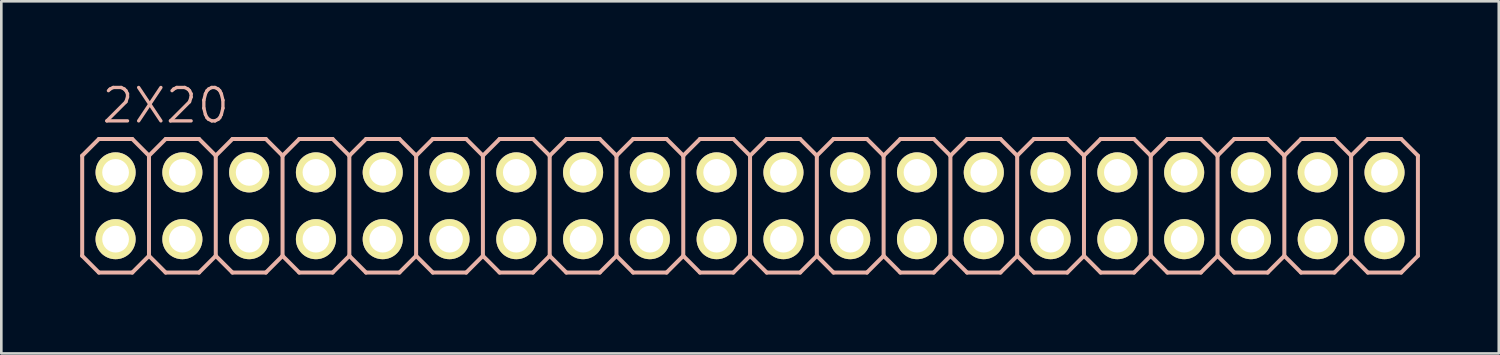
<source format=kicad_pcb>
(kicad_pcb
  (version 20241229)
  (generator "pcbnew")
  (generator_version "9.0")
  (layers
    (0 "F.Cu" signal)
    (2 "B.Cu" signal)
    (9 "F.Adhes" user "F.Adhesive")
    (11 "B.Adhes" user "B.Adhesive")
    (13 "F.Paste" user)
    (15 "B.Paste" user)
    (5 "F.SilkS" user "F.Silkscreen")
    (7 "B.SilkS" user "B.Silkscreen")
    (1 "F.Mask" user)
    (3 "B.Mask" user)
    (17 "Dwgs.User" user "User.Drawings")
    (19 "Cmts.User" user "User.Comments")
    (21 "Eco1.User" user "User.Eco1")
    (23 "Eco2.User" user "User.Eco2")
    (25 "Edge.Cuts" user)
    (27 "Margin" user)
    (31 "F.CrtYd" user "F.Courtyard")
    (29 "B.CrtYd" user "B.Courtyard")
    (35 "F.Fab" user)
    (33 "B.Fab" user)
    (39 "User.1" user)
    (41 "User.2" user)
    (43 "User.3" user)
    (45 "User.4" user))
  (footprint "2X20"
    (layer "F.Cu")
    (at 25.476 4.776)
    (property "Reference" "2X20" (at -22.225 -3.81 0) (layer "B.SilkS") (effects (font (size 1.27 1.27) (thickness 0.127))))
    (attr exclude_from_pos_files exclude_from_bom)
    (fp_line (start -24.384 -1.524) (end -23.876 -1.524) (stroke (width 0.066) (type solid)) (layer "F.SilkS"))
    (fp_line (start -24.384 -1.016) (end -24.384 -1.524) (stroke (width 0.066) (type solid)) (layer "F.SilkS"))
    (fp_line (start -24.384 -1.016) (end -23.876 -1.016) (stroke (width 0.066) (type solid)) (layer "F.SilkS"))
    (fp_line (start -24.384 1.016) (end -23.876 1.016) (stroke (width 0.066) (type solid)) (layer "F.SilkS"))
    (fp_line (start -24.384 1.524) (end -24.384 1.016) (stroke (width 0.066) (type solid)) (layer "F.SilkS"))
    (fp_line (start -24.384 1.524) (end -23.876 1.524) (stroke (width 0.066) (type solid)) (layer "F.SilkS"))
    (fp_line (start -23.876 -1.016) (end -23.876 -1.524) (stroke (width 0.066) (type solid)) (layer "F.SilkS"))
    (fp_line (start -23.876 1.524) (end -23.876 1.016) (stroke (width 0.066) (type solid)) (layer "F.SilkS"))
    (fp_line (start -21.844 -1.524) (end -21.336 -1.524) (stroke (width 0.066) (type solid)) (layer "F.SilkS"))
    (fp_line (start -21.844 -1.016) (end -21.844 -1.524) (stroke (width 0.066) (type solid)) (layer "F.SilkS"))
    (fp_line (start -21.844 -1.016) (end -21.336 -1.016) (stroke (width 0.066) (type solid)) (layer "F.SilkS"))
    (fp_line (start -21.844 1.016) (end -21.336 1.016) (stroke (width 0.066) (type solid)) (layer "F.SilkS"))
    (fp_line (start -21.844 1.524) (end -21.844 1.016) (stroke (width 0.066) (type solid)) (layer "F.SilkS"))
    (fp_line (start -21.844 1.524) (end -21.336 1.524) (stroke (width 0.066) (type solid)) (layer "F.SilkS"))
    (fp_line (start -21.336 -1.016) (end -21.336 -1.524) (stroke (width 0.066) (type solid)) (layer "F.SilkS"))
    (fp_line (start -21.336 1.524) (end -21.336 1.016) (stroke (width 0.066) (type solid)) (layer "F.SilkS"))
    (fp_line (start -19.304 -1.524) (end -18.796 -1.524) (stroke (width 0.066) (type solid)) (layer "F.SilkS"))
    (fp_line (start -19.304 -1.016) (end -19.304 -1.524) (stroke (width 0.066) (type solid)) (layer "F.SilkS"))
    (fp_line (start -19.304 -1.016) (end -18.796 -1.016) (stroke (width 0.066) (type solid)) (layer "F.SilkS"))
    (fp_line (start -19.304 1.016) (end -18.796 1.016) (stroke (width 0.066) (type solid)) (layer "F.SilkS"))
    (fp_line (start -19.304 1.524) (end -19.304 1.016) (stroke (width 0.066) (type solid)) (layer "F.SilkS"))
    (fp_line (start -19.304 1.524) (end -18.796 1.524) (stroke (width 0.066) (type solid)) (layer "F.SilkS"))
    (fp_line (start -18.796 -1.016) (end -18.796 -1.524) (stroke (width 0.066) (type solid)) (layer "F.SilkS"))
    (fp_line (start -18.796 1.524) (end -18.796 1.016) (stroke (width 0.066) (type solid)) (layer "F.SilkS"))
    (fp_line (start -16.764 -1.524) (end -16.256 -1.524) (stroke (width 0.066) (type solid)) (layer "F.SilkS"))
    (fp_line (start -16.764 -1.016) (end -16.764 -1.524) (stroke (width 0.066) (type solid)) (layer "F.SilkS"))
    (fp_line (start -16.764 -1.016) (end -16.256 -1.016) (stroke (width 0.066) (type solid)) (layer "F.SilkS"))
    (fp_line (start -16.764 1.016) (end -16.256 1.016) (stroke (width 0.066) (type solid)) (layer "F.SilkS"))
    (fp_line (start -16.764 1.524) (end -16.764 1.016) (stroke (width 0.066) (type solid)) (layer "F.SilkS"))
    (fp_line (start -16.764 1.524) (end -16.256 1.524) (stroke (width 0.066) (type solid)) (layer "F.SilkS"))
    (fp_line (start -16.256 -1.016) (end -16.256 -1.524) (stroke (width 0.066) (type solid)) (layer "F.SilkS"))
    (fp_line (start -16.256 1.524) (end -16.256 1.016) (stroke (width 0.066) (type solid)) (layer "F.SilkS"))
    (fp_line (start -14.224 -1.524) (end -13.716 -1.524) (stroke (width 0.066) (type solid)) (layer "F.SilkS"))
    (fp_line (start -14.224 -1.016) (end -14.224 -1.524) (stroke (width 0.066) (type solid)) (layer "F.SilkS"))
    (fp_line (start -14.224 -1.016) (end -13.716 -1.016) (stroke (width 0.066) (type solid)) (layer "F.SilkS"))
    (fp_line (start -14.224 1.016) (end -13.716 1.016) (stroke (width 0.066) (type solid)) (layer "F.SilkS"))
    (fp_line (start -14.224 1.524) (end -14.224 1.016) (stroke (width 0.066) (type solid)) (layer "F.SilkS"))
    (fp_line (start -14.224 1.524) (end -13.716 1.524) (stroke (width 0.066) (type solid)) (layer "F.SilkS"))
    (fp_line (start -13.716 -1.016) (end -13.716 -1.524) (stroke (width 0.066) (type solid)) (layer "F.SilkS"))
    (fp_line (start -13.716 1.524) (end -13.716 1.016) (stroke (width 0.066) (type solid)) (layer "F.SilkS"))
    (fp_line (start -11.684 -1.524) (end -11.176 -1.524) (stroke (width 0.066) (type solid)) (layer "F.SilkS"))
    (fp_line (start -11.684 -1.016) (end -11.684 -1.524) (stroke (width 0.066) (type solid)) (layer "F.SilkS"))
    (fp_line (start -11.684 -1.016) (end -11.176 -1.016) (stroke (width 0.066) (type solid)) (layer "F.SilkS"))
    (fp_line (start -11.684 1.016) (end -11.176 1.016) (stroke (width 0.066) (type solid)) (layer "F.SilkS"))
    (fp_line (start -11.684 1.524) (end -11.684 1.016) (stroke (width 0.066) (type solid)) (layer "F.SilkS"))
    (fp_line (start -11.684 1.524) (end -11.176 1.524) (stroke (width 0.066) (type solid)) (layer "F.SilkS"))
    (fp_line (start -11.176 -1.016) (end -11.176 -1.524) (stroke (width 0.066) (type solid)) (layer "F.SilkS"))
    (fp_line (start -11.176 1.524) (end -11.176 1.016) (stroke (width 0.066) (type solid)) (layer "F.SilkS"))
    (fp_line (start -9.144 -1.524) (end -8.636 -1.524) (stroke (width 0.066) (type solid)) (layer "F.SilkS"))
    (fp_line (start -9.144 -1.016) (end -9.144 -1.524) (stroke (width 0.066) (type solid)) (layer "F.SilkS"))
    (fp_line (start -9.144 -1.016) (end -8.636 -1.016) (stroke (width 0.066) (type solid)) (layer "F.SilkS"))
    (fp_line (start -9.144 1.016) (end -8.636 1.016) (stroke (width 0.066) (type solid)) (layer "F.SilkS"))
    (fp_line (start -9.144 1.524) (end -9.144 1.016) (stroke (width 0.066) (type solid)) (layer "F.SilkS"))
    (fp_line (start -9.144 1.524) (end -8.636 1.524) (stroke (width 0.066) (type solid)) (layer "F.SilkS"))
    (fp_line (start -8.636 -1.016) (end -8.636 -1.524) (stroke (width 0.066) (type solid)) (layer "F.SilkS"))
    (fp_line (start -8.636 1.524) (end -8.636 1.016) (stroke (width 0.066) (type solid)) (layer "F.SilkS"))
    (fp_line (start -6.604 -1.524) (end -6.096 -1.524) (stroke (width 0.066) (type solid)) (layer "F.SilkS"))
    (fp_line (start -6.604 -1.016) (end -6.604 -1.524) (stroke (width 0.066) (type solid)) (layer "F.SilkS"))
    (fp_line (start -6.604 -1.016) (end -6.096 -1.016) (stroke (width 0.066) (type solid)) (layer "F.SilkS"))
    (fp_line (start -6.604 1.016) (end -6.096 1.016) (stroke (width 0.066) (type solid)) (layer "F.SilkS"))
    (fp_line (start -6.604 1.524) (end -6.604 1.016) (stroke (width 0.066) (type solid)) (layer "F.SilkS"))
    (fp_line (start -6.604 1.524) (end -6.096 1.524) (stroke (width 0.066) (type solid)) (layer "F.SilkS"))
    (fp_line (start -6.096 -1.016) (end -6.096 -1.524) (stroke (width 0.066) (type solid)) (layer "F.SilkS"))
    (fp_line (start -6.096 1.524) (end -6.096 1.016) (stroke (width 0.066) (type solid)) (layer "F.SilkS"))
    (fp_line (start -4.064 -1.524) (end -3.556 -1.524) (stroke (width 0.066) (type solid)) (layer "F.SilkS"))
    (fp_line (start -4.064 -1.016) (end -4.064 -1.524) (stroke (width 0.066) (type solid)) (layer "F.SilkS"))
    (fp_line (start -4.064 -1.016) (end -3.556 -1.016) (stroke (width 0.066) (type solid)) (layer "F.SilkS"))
    (fp_line (start -4.064 1.016) (end -3.556 1.016) (stroke (width 0.066) (type solid)) (layer "F.SilkS"))
    (fp_line (start -4.064 1.524) (end -4.064 1.016) (stroke (width 0.066) (type solid)) (layer "F.SilkS"))
    (fp_line (start -4.064 1.524) (end -3.556 1.524) (stroke (width 0.066) (type solid)) (layer "F.SilkS"))
    (fp_line (start -3.556 -1.016) (end -3.556 -1.524) (stroke (width 0.066) (type solid)) (layer "F.SilkS"))
    (fp_line (start -3.556 1.524) (end -3.556 1.016) (stroke (width 0.066) (type solid)) (layer "F.SilkS"))
    (fp_line (start -1.524 -1.524) (end -1.016 -1.524) (stroke (width 0.066) (type solid)) (layer "F.SilkS"))
    (fp_line (start -1.524 -1.016) (end -1.524 -1.524) (stroke (width 0.066) (type solid)) (layer "F.SilkS"))
    (fp_line (start -1.524 -1.016) (end -1.016 -1.016) (stroke (width 0.066) (type solid)) (layer "F.SilkS"))
    (fp_line (start -1.524 1.016) (end -1.016 1.016) (stroke (width 0.066) (type solid)) (layer "F.SilkS"))
    (fp_line (start -1.524 1.524) (end -1.524 1.016) (stroke (width 0.066) (type solid)) (layer "F.SilkS"))
    (fp_line (start -1.524 1.524) (end -1.016 1.524) (stroke (width 0.066) (type solid)) (layer "F.SilkS"))
    (fp_line (start -1.016 -1.016) (end -1.016 -1.524) (stroke (width 0.066) (type solid)) (layer "F.SilkS"))
    (fp_line (start -1.016 1.524) (end -1.016 1.016) (stroke (width 0.066) (type solid)) (layer "F.SilkS"))
    (fp_line (start 1.016 -1.524) (end 1.524 -1.524) (stroke (width 0.066) (type solid)) (layer "F.SilkS"))
    (fp_line (start 1.016 -1.016) (end 1.016 -1.524) (stroke (width 0.066) (type solid)) (layer "F.SilkS"))
    (fp_line (start 1.016 -1.016) (end 1.524 -1.016) (stroke (width 0.066) (type solid)) (layer "F.SilkS"))
    (fp_line (start 1.016 1.016) (end 1.524 1.016) (stroke (width 0.066) (type solid)) (layer "F.SilkS"))
    (fp_line (start 1.016 1.524) (end 1.016 1.016) (stroke (width 0.066) (type solid)) (layer "F.SilkS"))
    (fp_line (start 1.016 1.524) (end 1.524 1.524) (stroke (width 0.066) (type solid)) (layer "F.SilkS"))
    (fp_line (start 1.524 -1.016) (end 1.524 -1.524) (stroke (width 0.066) (type solid)) (layer "F.SilkS"))
    (fp_line (start 1.524 1.524) (end 1.524 1.016) (stroke (width 0.066) (type solid)) (layer "F.SilkS"))
    (fp_line (start 3.556 -1.524) (end 4.064 -1.524) (stroke (width 0.066) (type solid)) (layer "F.SilkS"))
    (fp_line (start 3.556 -1.016) (end 3.556 -1.524) (stroke (width 0.066) (type solid)) (layer "F.SilkS"))
    (fp_line (start 3.556 -1.016) (end 4.064 -1.016) (stroke (width 0.066) (type solid)) (layer "F.SilkS"))
    (fp_line (start 3.556 1.016) (end 4.064 1.016) (stroke (width 0.066) (type solid)) (layer "F.SilkS"))
    (fp_line (start 3.556 1.524) (end 3.556 1.016) (stroke (width 0.066) (type solid)) (layer "F.SilkS"))
    (fp_line (start 3.556 1.524) (end 4.064 1.524) (stroke (width 0.066) (type solid)) (layer "F.SilkS"))
    (fp_line (start 4.064 -1.016) (end 4.064 -1.524) (stroke (width 0.066) (type solid)) (layer "F.SilkS"))
    (fp_line (start 4.064 1.524) (end 4.064 1.016) (stroke (width 0.066) (type solid)) (layer "F.SilkS"))
    (fp_line (start 6.096 -1.524) (end 6.604 -1.524) (stroke (width 0.066) (type solid)) (layer "F.SilkS"))
    (fp_line (start 6.096 -1.016) (end 6.096 -1.524) (stroke (width 0.066) (type solid)) (layer "F.SilkS"))
    (fp_line (start 6.096 -1.016) (end 6.604 -1.016) (stroke (width 0.066) (type solid)) (layer "F.SilkS"))
    (fp_line (start 6.096 1.016) (end 6.604 1.016) (stroke (width 0.066) (type solid)) (layer "F.SilkS"))
    (fp_line (start 6.096 1.524) (end 6.096 1.016) (stroke (width 0.066) (type solid)) (layer "F.SilkS"))
    (fp_line (start 6.096 1.524) (end 6.604 1.524) (stroke (width 0.066) (type solid)) (layer "F.SilkS"))
    (fp_line (start 6.604 -1.016) (end 6.604 -1.524) (stroke (width 0.066) (type solid)) (layer "F.SilkS"))
    (fp_line (start 6.604 1.524) (end 6.604 1.016) (stroke (width 0.066) (type solid)) (layer "F.SilkS"))
    (fp_line (start 8.636 -1.524) (end 9.144 -1.524) (stroke (width 0.066) (type solid)) (layer "F.SilkS"))
    (fp_line (start 8.636 -1.016) (end 8.636 -1.524) (stroke (width 0.066) (type solid)) (layer "F.SilkS"))
    (fp_line (start 8.636 -1.016) (end 9.144 -1.016) (stroke (width 0.066) (type solid)) (layer "F.SilkS"))
    (fp_line (start 8.636 1.016) (end 9.144 1.016) (stroke (width 0.066) (type solid)) (layer "F.SilkS"))
    (fp_line (start 8.636 1.524) (end 8.636 1.016) (stroke (width 0.066) (type solid)) (layer "F.SilkS"))
    (fp_line (start 8.636 1.524) (end 9.144 1.524) (stroke (width 0.066) (type solid)) (layer "F.SilkS"))
    (fp_line (start 9.144 -1.016) (end 9.144 -1.524) (stroke (width 0.066) (type solid)) (layer "F.SilkS"))
    (fp_line (start 9.144 1.524) (end 9.144 1.016) (stroke (width 0.066) (type solid)) (layer "F.SilkS"))
    (fp_line (start 11.176 -1.524) (end 11.684 -1.524) (stroke (width 0.066) (type solid)) (layer "F.SilkS"))
    (fp_line (start 11.176 -1.016) (end 11.176 -1.524) (stroke (width 0.066) (type solid)) (layer "F.SilkS"))
    (fp_line (start 11.176 -1.016) (end 11.684 -1.016) (stroke (width 0.066) (type solid)) (layer "F.SilkS"))
    (fp_line (start 11.176 1.016) (end 11.684 1.016) (stroke (width 0.066) (type solid)) (layer "F.SilkS"))
    (fp_line (start 11.176 1.524) (end 11.176 1.016) (stroke (width 0.066) (type solid)) (layer "F.SilkS"))
    (fp_line (start 11.176 1.524) (end 11.684 1.524) (stroke (width 0.066) (type solid)) (layer "F.SilkS"))
    (fp_line (start 11.684 -1.016) (end 11.684 -1.524) (stroke (width 0.066) (type solid)) (layer "F.SilkS"))
    (fp_line (start 11.684 1.524) (end 11.684 1.016) (stroke (width 0.066) (type solid)) (layer "F.SilkS"))
    (fp_line (start 13.716 -1.524) (end 14.224 -1.524) (stroke (width 0.066) (type solid)) (layer "F.SilkS"))
    (fp_line (start 13.716 -1.016) (end 13.716 -1.524) (stroke (width 0.066) (type solid)) (layer "F.SilkS"))
    (fp_line (start 13.716 -1.016) (end 14.224 -1.016) (stroke (width 0.066) (type solid)) (layer "F.SilkS"))
    (fp_line (start 13.716 1.016) (end 14.224 1.016) (stroke (width 0.066) (type solid)) (layer "F.SilkS"))
    (fp_line (start 13.716 1.524) (end 13.716 1.016) (stroke (width 0.066) (type solid)) (layer "F.SilkS"))
    (fp_line (start 13.716 1.524) (end 14.224 1.524) (stroke (width 0.066) (type solid)) (layer "F.SilkS"))
    (fp_line (start 14.224 -1.016) (end 14.224 -1.524) (stroke (width 0.066) (type solid)) (layer "F.SilkS"))
    (fp_line (start 14.224 1.524) (end 14.224 1.016) (stroke (width 0.066) (type solid)) (layer "F.SilkS"))
    (fp_line (start 16.256 -1.524) (end 16.764 -1.524) (stroke (width 0.066) (type solid)) (layer "F.SilkS"))
    (fp_line (start 16.256 -1.016) (end 16.256 -1.524) (stroke (width 0.066) (type solid)) (layer "F.SilkS"))
    (fp_line (start 16.256 -1.016) (end 16.764 -1.016) (stroke (width 0.066) (type solid)) (layer "F.SilkS"))
    (fp_line (start 16.256 1.016) (end 16.764 1.016) (stroke (width 0.066) (type solid)) (layer "F.SilkS"))
    (fp_line (start 16.256 1.524) (end 16.256 1.016) (stroke (width 0.066) (type solid)) (layer "F.SilkS"))
    (fp_line (start 16.256 1.524) (end 16.764 1.524) (stroke (width 0.066) (type solid)) (layer "F.SilkS"))
    (fp_line (start 16.764 -1.016) (end 16.764 -1.524) (stroke (width 0.066) (type solid)) (layer "F.SilkS"))
    (fp_line (start 16.764 1.524) (end 16.764 1.016) (stroke (width 0.066) (type solid)) (layer "F.SilkS"))
    (fp_line (start 18.796 -1.524) (end 19.304 -1.524) (stroke (width 0.066) (type solid)) (layer "F.SilkS"))
    (fp_line (start 18.796 -1.016) (end 18.796 -1.524) (stroke (width 0.066) (type solid)) (layer "F.SilkS"))
    (fp_line (start 18.796 -1.016) (end 19.304 -1.016) (stroke (width 0.066) (type solid)) (layer "F.SilkS"))
    (fp_line (start 18.796 1.016) (end 19.304 1.016) (stroke (width 0.066) (type solid)) (layer "F.SilkS"))
    (fp_line (start 18.796 1.524) (end 18.796 1.016) (stroke (width 0.066) (type solid)) (layer "F.SilkS"))
    (fp_line (start 18.796 1.524) (end 19.304 1.524) (stroke (width 0.066) (type solid)) (layer "F.SilkS"))
    (fp_line (start 19.304 -1.016) (end 19.304 -1.524) (stroke (width 0.066) (type solid)) (layer "F.SilkS"))
    (fp_line (start 19.304 1.524) (end 19.304 1.016) (stroke (width 0.066) (type solid)) (layer "F.SilkS"))
    (fp_line (start 21.336 -1.524) (end 21.844 -1.524) (stroke (width 0.066) (type solid)) (layer "F.SilkS"))
    (fp_line (start 21.336 -1.016) (end 21.336 -1.524) (stroke (width 0.066) (type solid)) (layer "F.SilkS"))
    (fp_line (start 21.336 -1.016) (end 21.844 -1.016) (stroke (width 0.066) (type solid)) (layer "F.SilkS"))
    (fp_line (start 21.336 1.016) (end 21.844 1.016) (stroke (width 0.066) (type solid)) (layer "F.SilkS"))
    (fp_line (start 21.336 1.524) (end 21.336 1.016) (stroke (width 0.066) (type solid)) (layer "F.SilkS"))
    (fp_line (start 21.336 1.524) (end 21.844 1.524) (stroke (width 0.066) (type solid)) (layer "F.SilkS"))
    (fp_line (start 21.844 -1.016) (end 21.844 -1.524) (stroke (width 0.066) (type solid)) (layer "F.SilkS"))
    (fp_line (start 21.844 1.524) (end 21.844 1.016) (stroke (width 0.066) (type solid)) (layer "F.SilkS"))
    (fp_line (start 23.876 -1.524) (end 24.384 -1.524) (stroke (width 0.066) (type solid)) (layer "F.SilkS"))
    (fp_line (start 23.876 -1.016) (end 23.876 -1.524) (stroke (width 0.066) (type solid)) (layer "F.SilkS"))
    (fp_line (start 23.876 -1.016) (end 24.384 -1.016) (stroke (width 0.066) (type solid)) (layer "F.SilkS"))
    (fp_line (start 23.876 1.016) (end 24.384 1.016) (stroke (width 0.066) (type solid)) (layer "F.SilkS"))
    (fp_line (start 23.876 1.524) (end 23.876 1.016) (stroke (width 0.066) (type solid)) (layer "F.SilkS"))
    (fp_line (start 23.876 1.524) (end 24.384 1.524) (stroke (width 0.066) (type solid)) (layer "F.SilkS"))
    (fp_line (start 24.384 -1.016) (end 24.384 -1.524) (stroke (width 0.066) (type solid)) (layer "F.SilkS"))
    (fp_line (start 24.384 1.524) (end 24.384 1.016) (stroke (width 0.066) (type solid)) (layer "F.SilkS"))
    (fp_line (start -25.4 -1.905) (end -24.765 -2.54) (stroke (width 0.152) (type solid)) (layer "B.SilkS"))
    (fp_line (start -25.4 1.905) (end -25.4 -1.905) (stroke (width 0.152) (type solid)) (layer "B.SilkS"))
    (fp_line (start -25.4 1.905) (end -24.765 2.54) (stroke (width 0.152) (type solid)) (layer "B.SilkS"))
    (fp_line (start -24.765 -2.54) (end -23.495 -2.54) (stroke (width 0.152) (type solid)) (layer "B.SilkS"))
    (fp_line (start -24.765 2.54) (end -23.495 2.54) (stroke (width 0.152) (type solid)) (layer "B.SilkS"))
    (fp_line (start -23.495 -2.54) (end -22.86 -1.905) (stroke (width 0.152) (type solid)) (layer "B.SilkS"))
    (fp_line (start -23.495 2.54) (end -22.86 1.905) (stroke (width 0.152) (type solid)) (layer "B.SilkS"))
    (fp_line (start -22.86 -1.905) (end -22.86 1.905) (stroke (width 0.152) (type solid)) (layer "B.SilkS"))
    (fp_line (start -22.86 -1.905) (end -22.225 -2.54) (stroke (width 0.152) (type solid)) (layer "B.SilkS"))
    (fp_line (start -22.86 1.905) (end -22.225 2.54) (stroke (width 0.152) (type solid)) (layer "B.SilkS"))
    (fp_line (start -22.225 -2.54) (end -20.955 -2.54) (stroke (width 0.152) (type solid)) (layer "B.SilkS"))
    (fp_line (start -22.225 2.54) (end -20.955 2.54) (stroke (width 0.152) (type solid)) (layer "B.SilkS"))
    (fp_line (start -20.955 -2.54) (end -20.32 -1.905) (stroke (width 0.152) (type solid)) (layer "B.SilkS"))
    (fp_line (start -20.955 2.54) (end -20.32 1.905) (stroke (width 0.152) (type solid)) (layer "B.SilkS"))
    (fp_line (start -20.32 -1.905) (end -20.32 1.905) (stroke (width 0.152) (type solid)) (layer "B.SilkS"))
    (fp_line (start -20.32 -1.905) (end -19.685 -2.54) (stroke (width 0.152) (type solid)) (layer "B.SilkS"))
    (fp_line (start -20.32 1.905) (end -19.685 2.54) (stroke (width 0.152) (type solid)) (layer "B.SilkS"))
    (fp_line (start -19.685 -2.54) (end -18.415 -2.54) (stroke (width 0.152) (type solid)) (layer "B.SilkS"))
    (fp_line (start -19.685 2.54) (end -18.415 2.54) (stroke (width 0.152) (type solid)) (layer "B.SilkS"))
    (fp_line (start -18.415 -2.54) (end -17.78 -1.905) (stroke (width 0.152) (type solid)) (layer "B.SilkS"))
    (fp_line (start -18.415 2.54) (end -17.78 1.905) (stroke (width 0.152) (type solid)) (layer "B.SilkS"))
    (fp_line (start -17.78 -1.905) (end -17.78 1.905) (stroke (width 0.152) (type solid)) (layer "B.SilkS"))
    (fp_line (start -17.78 -1.905) (end -17.145 -2.54) (stroke (width 0.152) (type solid)) (layer "B.SilkS"))
    (fp_line (start -17.78 1.905) (end -17.145 2.54) (stroke (width 0.152) (type solid)) (layer "B.SilkS"))
    (fp_line (start -17.145 -2.54) (end -15.875 -2.54) (stroke (width 0.152) (type solid)) (layer "B.SilkS"))
    (fp_line (start -17.145 2.54) (end -15.875 2.54) (stroke (width 0.152) (type solid)) (layer "B.SilkS"))
    (fp_line (start -15.875 -2.54) (end -15.24 -1.905) (stroke (width 0.152) (type solid)) (layer "B.SilkS"))
    (fp_line (start -15.875 2.54) (end -15.24 1.905) (stroke (width 0.152) (type solid)) (layer "B.SilkS"))
    (fp_line (start -15.24 -1.905) (end -15.24 1.905) (stroke (width 0.152) (type solid)) (layer "B.SilkS"))
    (fp_line (start -15.24 -1.905) (end -14.605 -2.54) (stroke (width 0.152) (type solid)) (layer "B.SilkS"))
    (fp_line (start -15.24 1.905) (end -14.605 2.54) (stroke (width 0.152) (type solid)) (layer "B.SilkS"))
    (fp_line (start -14.605 -2.54) (end -13.335 -2.54) (stroke (width 0.152) (type solid)) (layer "B.SilkS"))
    (fp_line (start -14.605 2.54) (end -13.335 2.54) (stroke (width 0.152) (type solid)) (layer "B.SilkS"))
    (fp_line (start -13.335 -2.54) (end -12.7 -1.905) (stroke (width 0.152) (type solid)) (layer "B.SilkS"))
    (fp_line (start -13.335 2.54) (end -12.7 1.905) (stroke (width 0.152) (type solid)) (layer "B.SilkS"))
    (fp_line (start -12.7 -1.905) (end -12.7 1.905) (stroke (width 0.152) (type solid)) (layer "B.SilkS"))
    (fp_line (start -12.7 -1.905) (end -12.065 -2.54) (stroke (width 0.152) (type solid)) (layer "B.SilkS"))
    (fp_line (start -12.7 1.905) (end -12.065 2.54) (stroke (width 0.152) (type solid)) (layer "B.SilkS"))
    (fp_line (start -12.065 -2.54) (end -10.795 -2.54) (stroke (width 0.152) (type solid)) (layer "B.SilkS"))
    (fp_line (start -12.065 2.54) (end -10.795 2.54) (stroke (width 0.152) (type solid)) (layer "B.SilkS"))
    (fp_line (start -10.795 -2.54) (end -10.16 -1.905) (stroke (width 0.152) (type solid)) (layer "B.SilkS"))
    (fp_line (start -10.795 2.54) (end -10.16 1.905) (stroke (width 0.152) (type solid)) (layer "B.SilkS"))
    (fp_line (start -10.16 -1.905) (end -10.16 1.905) (stroke (width 0.152) (type solid)) (layer "B.SilkS"))
    (fp_line (start -10.16 -1.905) (end -9.525 -2.54) (stroke (width 0.152) (type solid)) (layer "B.SilkS"))
    (fp_line (start -10.16 1.905) (end -9.525 2.54) (stroke (width 0.152) (type solid)) (layer "B.SilkS"))
    (fp_line (start -9.525 -2.54) (end -8.255 -2.54) (stroke (width 0.152) (type solid)) (layer "B.SilkS"))
    (fp_line (start -8.255 -2.54) (end -7.62 -1.905) (stroke (width 0.152) (type solid)) (layer "B.SilkS"))
    (fp_line (start -8.255 2.54) (end -9.525 2.54) (stroke (width 0.152) (type solid)) (layer "B.SilkS"))
    (fp_line (start -7.62 -1.905) (end -7.62 1.905) (stroke (width 0.152) (type solid)) (layer "B.SilkS"))
    (fp_line (start -7.62 -1.905) (end -6.985 -2.54) (stroke (width 0.152) (type solid)) (layer "B.SilkS"))
    (fp_line (start -7.62 1.905) (end -8.255 2.54) (stroke (width 0.152) (type solid)) (layer "B.SilkS"))
    (fp_line (start -7.62 1.905) (end -6.985 2.54) (stroke (width 0.152) (type solid)) (layer "B.SilkS"))
    (fp_line (start -6.985 -2.54) (end -5.715 -2.54) (stroke (width 0.152) (type solid)) (layer "B.SilkS"))
    (fp_line (start -5.715 -2.54) (end -5.08 -1.905) (stroke (width 0.152) (type solid)) (layer "B.SilkS"))
    (fp_line (start -5.715 2.54) (end -6.985 2.54) (stroke (width 0.152) (type solid)) (layer "B.SilkS"))
    (fp_line (start -5.08 -1.905) (end -5.08 1.905) (stroke (width 0.152) (type solid)) (layer "B.SilkS"))
    (fp_line (start -5.08 -1.905) (end -4.445 -2.54) (stroke (width 0.152) (type solid)) (layer "B.SilkS"))
    (fp_line (start -5.08 1.905) (end -5.715 2.54) (stroke (width 0.152) (type solid)) (layer "B.SilkS"))
    (fp_line (start -5.08 1.905) (end -4.445 2.54) (stroke (width 0.152) (type solid)) (layer "B.SilkS"))
    (fp_line (start -4.445 -2.54) (end -3.175 -2.54) (stroke (width 0.152) (type solid)) (layer "B.SilkS"))
    (fp_line (start -3.175 -2.54) (end -2.54 -1.905) (stroke (width 0.152) (type solid)) (layer "B.SilkS"))
    (fp_line (start -3.175 2.54) (end -4.445 2.54) (stroke (width 0.152) (type solid)) (layer "B.SilkS"))
    (fp_line (start -2.54 -1.905) (end -2.54 1.905) (stroke (width 0.152) (type solid)) (layer "B.SilkS"))
    (fp_line (start -2.54 -1.905) (end -1.905 -2.54) (stroke (width 0.152) (type solid)) (layer "B.SilkS"))
    (fp_line (start -2.54 1.905) (end -3.175 2.54) (stroke (width 0.152) (type solid)) (layer "B.SilkS"))
    (fp_line (start -2.54 1.905) (end -1.905 2.54) (stroke (width 0.152) (type solid)) (layer "B.SilkS"))
    (fp_line (start -1.905 -2.54) (end -0.635 -2.54) (stroke (width 0.152) (type solid)) (layer "B.SilkS"))
    (fp_line (start -0.635 -2.54) (end 0 -1.905) (stroke (width 0.152) (type solid)) (layer "B.SilkS"))
    (fp_line (start -0.635 2.54) (end -1.905 2.54) (stroke (width 0.152) (type solid)) (layer "B.SilkS"))
    (fp_line (start 0 -1.905) (end 0 1.905) (stroke (width 0.152) (type solid)) (layer "B.SilkS"))
    (fp_line (start 0 -1.905) (end 0.635 -2.54) (stroke (width 0.152) (type solid)) (layer "B.SilkS"))
    (fp_line (start 0 1.905) (end -0.635 2.54) (stroke (width 0.152) (type solid)) (layer "B.SilkS"))
    (fp_line (start 0 1.905) (end 0.635 2.54) (stroke (width 0.152) (type solid)) (layer "B.SilkS"))
    (fp_line (start 0.635 -2.54) (end 1.905 -2.54) (stroke (width 0.152) (type solid)) (layer "B.SilkS"))
    (fp_line (start 1.905 -2.54) (end 2.54 -1.905) (stroke (width 0.152) (type solid)) (layer "B.SilkS"))
    (fp_line (start 1.905 2.54) (end 0.635 2.54) (stroke (width 0.152) (type solid)) (layer "B.SilkS"))
    (fp_line (start 2.54 -1.905) (end 2.54 1.905) (stroke (width 0.152) (type solid)) (layer "B.SilkS"))
    (fp_line (start 2.54 -1.905) (end 3.175 -2.54) (stroke (width 0.152) (type solid)) (layer "B.SilkS"))
    (fp_line (start 2.54 1.905) (end 1.905 2.54) (stroke (width 0.152) (type solid)) (layer "B.SilkS"))
    (fp_line (start 2.54 1.905) (end 3.175 2.54) (stroke (width 0.152) (type solid)) (layer "B.SilkS"))
    (fp_line (start 3.175 -2.54) (end 4.445 -2.54) (stroke (width 0.152) (type solid)) (layer "B.SilkS"))
    (fp_line (start 4.445 2.54) (end 3.175 2.54) (stroke (width 0.152) (type solid)) (layer "B.SilkS"))
    (fp_line (start 5.08 -1.905) (end 4.445 -2.54) (stroke (width 0.152) (type solid)) (layer "B.SilkS"))
    (fp_line (start 5.08 -1.905) (end 5.08 1.905) (stroke (width 0.152) (type solid)) (layer "B.SilkS"))
    (fp_line (start 5.08 -1.905) (end 5.715 -2.54) (stroke (width 0.152) (type solid)) (layer "B.SilkS"))
    (fp_line (start 5.08 1.905) (end 4.445 2.54) (stroke (width 0.152) (type solid)) (layer "B.SilkS"))
    (fp_line (start 5.08 1.905) (end 5.715 2.54) (stroke (width 0.152) (type solid)) (layer "B.SilkS"))
    (fp_line (start 6.985 -2.54) (end 5.715 -2.54) (stroke (width 0.152) (type solid)) (layer "B.SilkS"))
    (fp_line (start 6.985 -2.54) (end 7.62 -1.905) (stroke (width 0.152) (type solid)) (layer "B.SilkS"))
    (fp_line (start 6.985 2.54) (end 5.715 2.54) (stroke (width 0.152) (type solid)) (layer "B.SilkS"))
    (fp_line (start 7.62 -1.905) (end 7.62 1.905) (stroke (width 0.152) (type solid)) (layer "B.SilkS"))
    (fp_line (start 7.62 -1.905) (end 8.255 -2.54) (stroke (width 0.152) (type solid)) (layer "B.SilkS"))
    (fp_line (start 7.62 1.905) (end 6.985 2.54) (stroke (width 0.152) (type solid)) (layer "B.SilkS"))
    (fp_line (start 7.62 1.905) (end 8.255 2.54) (stroke (width 0.152) (type solid)) (layer "B.SilkS"))
    (fp_line (start 9.525 -2.54) (end 8.255 -2.54) (stroke (width 0.152) (type solid)) (layer "B.SilkS"))
    (fp_line (start 9.525 -2.54) (end 10.16 -1.905) (stroke (width 0.152) (type solid)) (layer "B.SilkS"))
    (fp_line (start 9.525 2.54) (end 8.255 2.54) (stroke (width 0.152) (type solid)) (layer "B.SilkS"))
    (fp_line (start 10.16 -1.905) (end 10.16 1.905) (stroke (width 0.152) (type solid)) (layer "B.SilkS"))
    (fp_line (start 10.16 -1.905) (end 10.795 -2.54) (stroke (width 0.152) (type solid)) (layer "B.SilkS"))
    (fp_line (start 10.16 1.905) (end 9.525 2.54) (stroke (width 0.152) (type solid)) (layer "B.SilkS"))
    (fp_line (start 10.795 2.54) (end 10.16 1.905) (stroke (width 0.152) (type solid)) (layer "B.SilkS"))
    (fp_line (start 10.795 2.54) (end 12.065 2.54) (stroke (width 0.152) (type solid)) (layer "B.SilkS"))
    (fp_line (start 12.065 -2.54) (end 10.795 -2.54) (stroke (width 0.152) (type solid)) (layer "B.SilkS"))
    (fp_line (start 12.065 -2.54) (end 12.7 -1.905) (stroke (width 0.152) (type solid)) (layer "B.SilkS"))
    (fp_line (start 12.7 -1.905) (end 12.7 1.905) (stroke (width 0.152) (type solid)) (layer "B.SilkS"))
    (fp_line (start 12.7 -1.905) (end 13.335 -2.54) (stroke (width 0.152) (type solid)) (layer "B.SilkS"))
    (fp_line (start 12.7 1.905) (end 12.065 2.54) (stroke (width 0.152) (type solid)) (layer "B.SilkS"))
    (fp_line (start 13.335 2.54) (end 12.7 1.905) (stroke (width 0.152) (type solid)) (layer "B.SilkS"))
    (fp_line (start 13.335 2.54) (end 14.605 2.54) (stroke (width 0.152) (type solid)) (layer "B.SilkS"))
    (fp_line (start 14.605 -2.54) (end 13.335 -2.54) (stroke (width 0.152) (type solid)) (layer "B.SilkS"))
    (fp_line (start 14.605 -2.54) (end 15.24 -1.905) (stroke (width 0.152) (type solid)) (layer "B.SilkS"))
    (fp_line (start 15.24 -1.905) (end 15.24 1.905) (stroke (width 0.152) (type solid)) (layer "B.SilkS"))
    (fp_line (start 15.24 -1.905) (end 15.875 -2.54) (stroke (width 0.152) (type solid)) (layer "B.SilkS"))
    (fp_line (start 15.24 1.905) (end 14.605 2.54) (stroke (width 0.152) (type solid)) (layer "B.SilkS"))
    (fp_line (start 15.24 1.905) (end 15.875 2.54) (stroke (width 0.152) (type solid)) (layer "B.SilkS"))
    (fp_line (start 17.145 -2.54) (end 15.875 -2.54) (stroke (width 0.152) (type solid)) (layer "B.SilkS"))
    (fp_line (start 17.145 -2.54) (end 17.78 -1.905) (stroke (width 0.152) (type solid)) (layer "B.SilkS"))
    (fp_line (start 17.145 2.54) (end 15.875 2.54) (stroke (width 0.152) (type solid)) (layer "B.SilkS"))
    (fp_line (start 17.78 -1.905) (end 17.78 1.905) (stroke (width 0.152) (type solid)) (layer "B.SilkS"))
    (fp_line (start 17.78 -1.905) (end 18.415 -2.54) (stroke (width 0.152) (type solid)) (layer "B.SilkS"))
    (fp_line (start 17.78 1.905) (end 17.145 2.54) (stroke (width 0.152) (type solid)) (layer "B.SilkS"))
    (fp_line (start 17.78 1.905) (end 18.415 2.54) (stroke (width 0.152) (type solid)) (layer "B.SilkS"))
    (fp_line (start 19.685 -2.54) (end 18.415 -2.54) (stroke (width 0.152) (type solid)) (layer "B.SilkS"))
    (fp_line (start 19.685 -2.54) (end 20.32 -1.905) (stroke (width 0.152) (type solid)) (layer "B.SilkS"))
    (fp_line (start 19.685 2.54) (end 18.415 2.54) (stroke (width 0.152) (type solid)) (layer "B.SilkS"))
    (fp_line (start 20.32 -1.905) (end 20.32 1.905) (stroke (width 0.152) (type solid)) (layer "B.SilkS"))
    (fp_line (start 20.32 -1.905) (end 20.955 -2.54) (stroke (width 0.152) (type solid)) (layer "B.SilkS"))
    (fp_line (start 20.32 1.905) (end 19.685 2.54) (stroke (width 0.152) (type solid)) (layer "B.SilkS"))
    (fp_line (start 20.32 1.905) (end 20.955 2.54) (stroke (width 0.152) (type solid)) (layer "B.SilkS"))
    (fp_line (start 22.225 -2.54) (end 20.955 -2.54) (stroke (width 0.152) (type solid)) (layer "B.SilkS"))
    (fp_line (start 22.225 -2.54) (end 22.86 -1.905) (stroke (width 0.152) (type solid)) (layer "B.SilkS"))
    (fp_line (start 22.225 2.54) (end 20.955 2.54) (stroke (width 0.152) (type solid)) (layer "B.SilkS"))
    (fp_line (start 22.86 -1.905) (end 22.86 1.905) (stroke (width 0.152) (type solid)) (layer "B.SilkS"))
    (fp_line (start 22.86 -1.905) (end 23.495 -2.54) (stroke (width 0.152) (type solid)) (layer "B.SilkS"))
    (fp_line (start 22.86 1.905) (end 22.225 2.54) (stroke (width 0.152) (type solid)) (layer "B.SilkS"))
    (fp_line (start 22.86 1.905) (end 23.495 2.54) (stroke (width 0.152) (type solid)) (layer "B.SilkS"))
    (fp_line (start 24.765 -2.54) (end 23.495 -2.54) (stroke (width 0.152) (type solid)) (layer "B.SilkS"))
    (fp_line (start 24.765 -2.54) (end 25.4 -1.905) (stroke (width 0.152) (type solid)) (layer "B.SilkS"))
    (fp_line (start 24.765 2.54) (end 23.495 2.54) (stroke (width 0.152) (type solid)) (layer "B.SilkS"))
    (fp_line (start 25.4 -1.905) (end 25.4 1.905) (stroke (width 0.152) (type solid)) (layer "B.SilkS"))
    (fp_line (start 25.4 1.905) (end 24.765 2.54) (stroke (width 0.152) (type solid)) (layer "B.SilkS"))
    (pad "1" thru_hole circle (at -24.13 1.27) (size 1.524 1.524) (drill 1.016) (layers "*.Cu" "F.Mask" "F.SilkS" "F.Paste"))
    (pad "2" thru_hole circle (at -24.13 -1.27) (size 1.524 1.524) (drill 1.016) (layers "*.Cu" "F.Mask" "F.SilkS" "F.Paste"))
    (pad "3" thru_hole circle (at -21.59 1.27) (size 1.524 1.524) (drill 1.016) (layers "*.Cu" "F.Mask" "F.SilkS" "F.Paste"))
    (pad "4" thru_hole circle (at -21.59 -1.27) (size 1.524 1.524) (drill 1.016) (layers "*.Cu" "F.Mask" "F.SilkS" "F.Paste"))
    (pad "5" thru_hole circle (at -19.05 1.27) (size 1.524 1.524) (drill 1.016) (layers "*.Cu" "F.Mask" "F.SilkS" "F.Paste"))
    (pad "6" thru_hole circle (at -19.05 -1.27) (size 1.524 1.524) (drill 1.016) (layers "*.Cu" "F.Mask" "F.SilkS" "F.Paste"))
    (pad "7" thru_hole circle (at -16.51 1.27) (size 1.524 1.524) (drill 1.016) (layers "*.Cu" "F.Mask" "F.SilkS" "F.Paste"))
    (pad "8" thru_hole circle (at -16.51 -1.27) (size 1.524 1.524) (drill 1.016) (layers "*.Cu" "F.Mask" "F.SilkS" "F.Paste"))
    (pad "9" thru_hole circle (at -13.97 1.27) (size 1.524 1.524) (drill 1.016) (layers "*.Cu" "F.Mask" "F.SilkS" "F.Paste"))
    (pad "10" thru_hole circle (at -13.97 -1.27) (size 1.524 1.524) (drill 1.016) (layers "*.Cu" "F.Mask" "F.SilkS" "F.Paste"))
    (pad "11" thru_hole circle (at -11.43 1.27) (size 1.524 1.524) (drill 1.016) (layers "*.Cu" "F.Mask" "F.SilkS" "F.Paste"))
    (pad "12" thru_hole circle (at -11.43 -1.27) (size 1.524 1.524) (drill 1.016) (layers "*.Cu" "F.Mask" "F.SilkS" "F.Paste"))
    (pad "13" thru_hole circle (at -8.89 1.27) (size 1.524 1.524) (drill 1.016) (layers "*.Cu" "F.Mask" "F.SilkS" "F.Paste"))
    (pad "14" thru_hole circle (at -8.89 -1.27) (size 1.524 1.524) (drill 1.016) (layers "*.Cu" "F.Mask" "F.SilkS" "F.Paste"))
    (pad "15" thru_hole circle (at -6.35 1.27) (size 1.524 1.524) (drill 1.016) (layers "*.Cu" "F.Mask" "F.SilkS" "F.Paste"))
    (pad "16" thru_hole circle (at -6.35 -1.27) (size 1.524 1.524) (drill 1.016) (layers "*.Cu" "F.Mask" "F.SilkS" "F.Paste"))
    (pad "17" thru_hole circle (at -3.81 1.27) (size 1.524 1.524) (drill 1.016) (layers "*.Cu" "F.Mask" "F.SilkS" "F.Paste"))
    (pad "18" thru_hole circle (at -3.81 -1.27) (size 1.524 1.524) (drill 1.016) (layers "*.Cu" "F.Mask" "F.SilkS" "F.Paste"))
    (pad "19" thru_hole circle (at -1.27 1.27) (size 1.524 1.524) (drill 1.016) (layers "*.Cu" "F.Mask" "F.SilkS" "F.Paste"))
    (pad "20" thru_hole circle (at -1.27 -1.27) (size 1.524 1.524) (drill 1.016) (layers "*.Cu" "F.Mask" "F.SilkS" "F.Paste"))
    (pad "21" thru_hole circle (at 1.27 1.27) (size 1.524 1.524) (drill 1.016) (layers "*.Cu" "F.Mask" "F.SilkS" "F.Paste"))
    (pad "22" thru_hole circle (at 1.27 -1.27) (size 1.524 1.524) (drill 1.016) (layers "*.Cu" "F.Mask" "F.SilkS" "F.Paste"))
    (pad "23" thru_hole circle (at 3.81 1.27) (size 1.524 1.524) (drill 1.016) (layers "*.Cu" "F.Mask" "F.SilkS" "F.Paste"))
    (pad "24" thru_hole circle (at 3.81 -1.27) (size 1.524 1.524) (drill 1.016) (layers "*.Cu" "F.Mask" "F.SilkS" "F.Paste"))
    (pad "25" thru_hole circle (at 6.35 1.27) (size 1.524 1.524) (drill 1.016) (layers "*.Cu" "F.Mask" "F.SilkS" "F.Paste"))
    (pad "26" thru_hole circle (at 6.35 -1.27) (size 1.524 1.524) (drill 1.016) (layers "*.Cu" "F.Mask" "F.SilkS" "F.Paste"))
    (pad "27" thru_hole circle (at 8.89 1.27) (size 1.524 1.524) (drill 1.016) (layers "*.Cu" "F.Mask" "F.SilkS" "F.Paste"))
    (pad "28" thru_hole circle (at 8.89 -1.27) (size 1.524 1.524) (drill 1.016) (layers "*.Cu" "F.Mask" "F.SilkS" "F.Paste"))
    (pad "29" thru_hole circle (at 11.43 1.27) (size 1.524 1.524) (drill 1.016) (layers "*.Cu" "F.Mask" "F.SilkS" "F.Paste"))
    (pad "30" thru_hole circle (at 11.43 -1.27) (size 1.524 1.524) (drill 1.016) (layers "*.Cu" "F.Mask" "F.SilkS" "F.Paste"))
    (pad "31" thru_hole circle (at 13.97 1.27) (size 1.524 1.524) (drill 1.016) (layers "*.Cu" "F.Mask" "F.SilkS" "F.Paste"))
    (pad "32" thru_hole circle (at 13.97 -1.27) (size 1.524 1.524) (drill 1.016) (layers "*.Cu" "F.Mask" "F.SilkS" "F.Paste"))
    (pad "33" thru_hole circle (at 16.51 1.27) (size 1.524 1.524) (drill 1.016) (layers "*.Cu" "F.Mask" "F.SilkS" "F.Paste"))
    (pad "34" thru_hole circle (at 16.51 -1.27) (size 1.524 1.524) (drill 1.016) (layers "*.Cu" "F.Mask" "F.SilkS" "F.Paste"))
    (pad "35" thru_hole circle (at 19.05 1.27) (size 1.524 1.524) (drill 1.016) (layers "*.Cu" "F.Mask" "F.SilkS" "F.Paste"))
    (pad "36" thru_hole circle (at 19.05 -1.27) (size 1.524 1.524) (drill 1.016) (layers "*.Cu" "F.Mask" "F.SilkS" "F.Paste"))
    (pad "37" thru_hole circle (at 21.59 1.27) (size 1.524 1.524) (drill 1.016) (layers "*.Cu" "F.Mask" "F.SilkS" "F.Paste"))
    (pad "38" thru_hole circle (at 21.59 -1.27) (size 1.524 1.524) (drill 1.016) (layers "*.Cu" "F.Mask" "F.SilkS" "F.Paste"))
    (pad "39" thru_hole circle (at 24.13 1.27) (size 1.524 1.524) (drill 1.016) (layers "*.Cu" "F.Mask" "F.SilkS" "F.Paste"))
    (pad "40" thru_hole circle (at 24.13 -1.27) (size 1.524 1.524) (drill 1.016) (layers "*.Cu" "F.Mask" "F.SilkS" "F.Paste")))
  (gr_rect
    (start -3 -3)
    (end 53.952 10.392)
    (stroke (width 0.1) (type default))
    (fill no)
    (layer "Edge.Cuts")))
</source>
